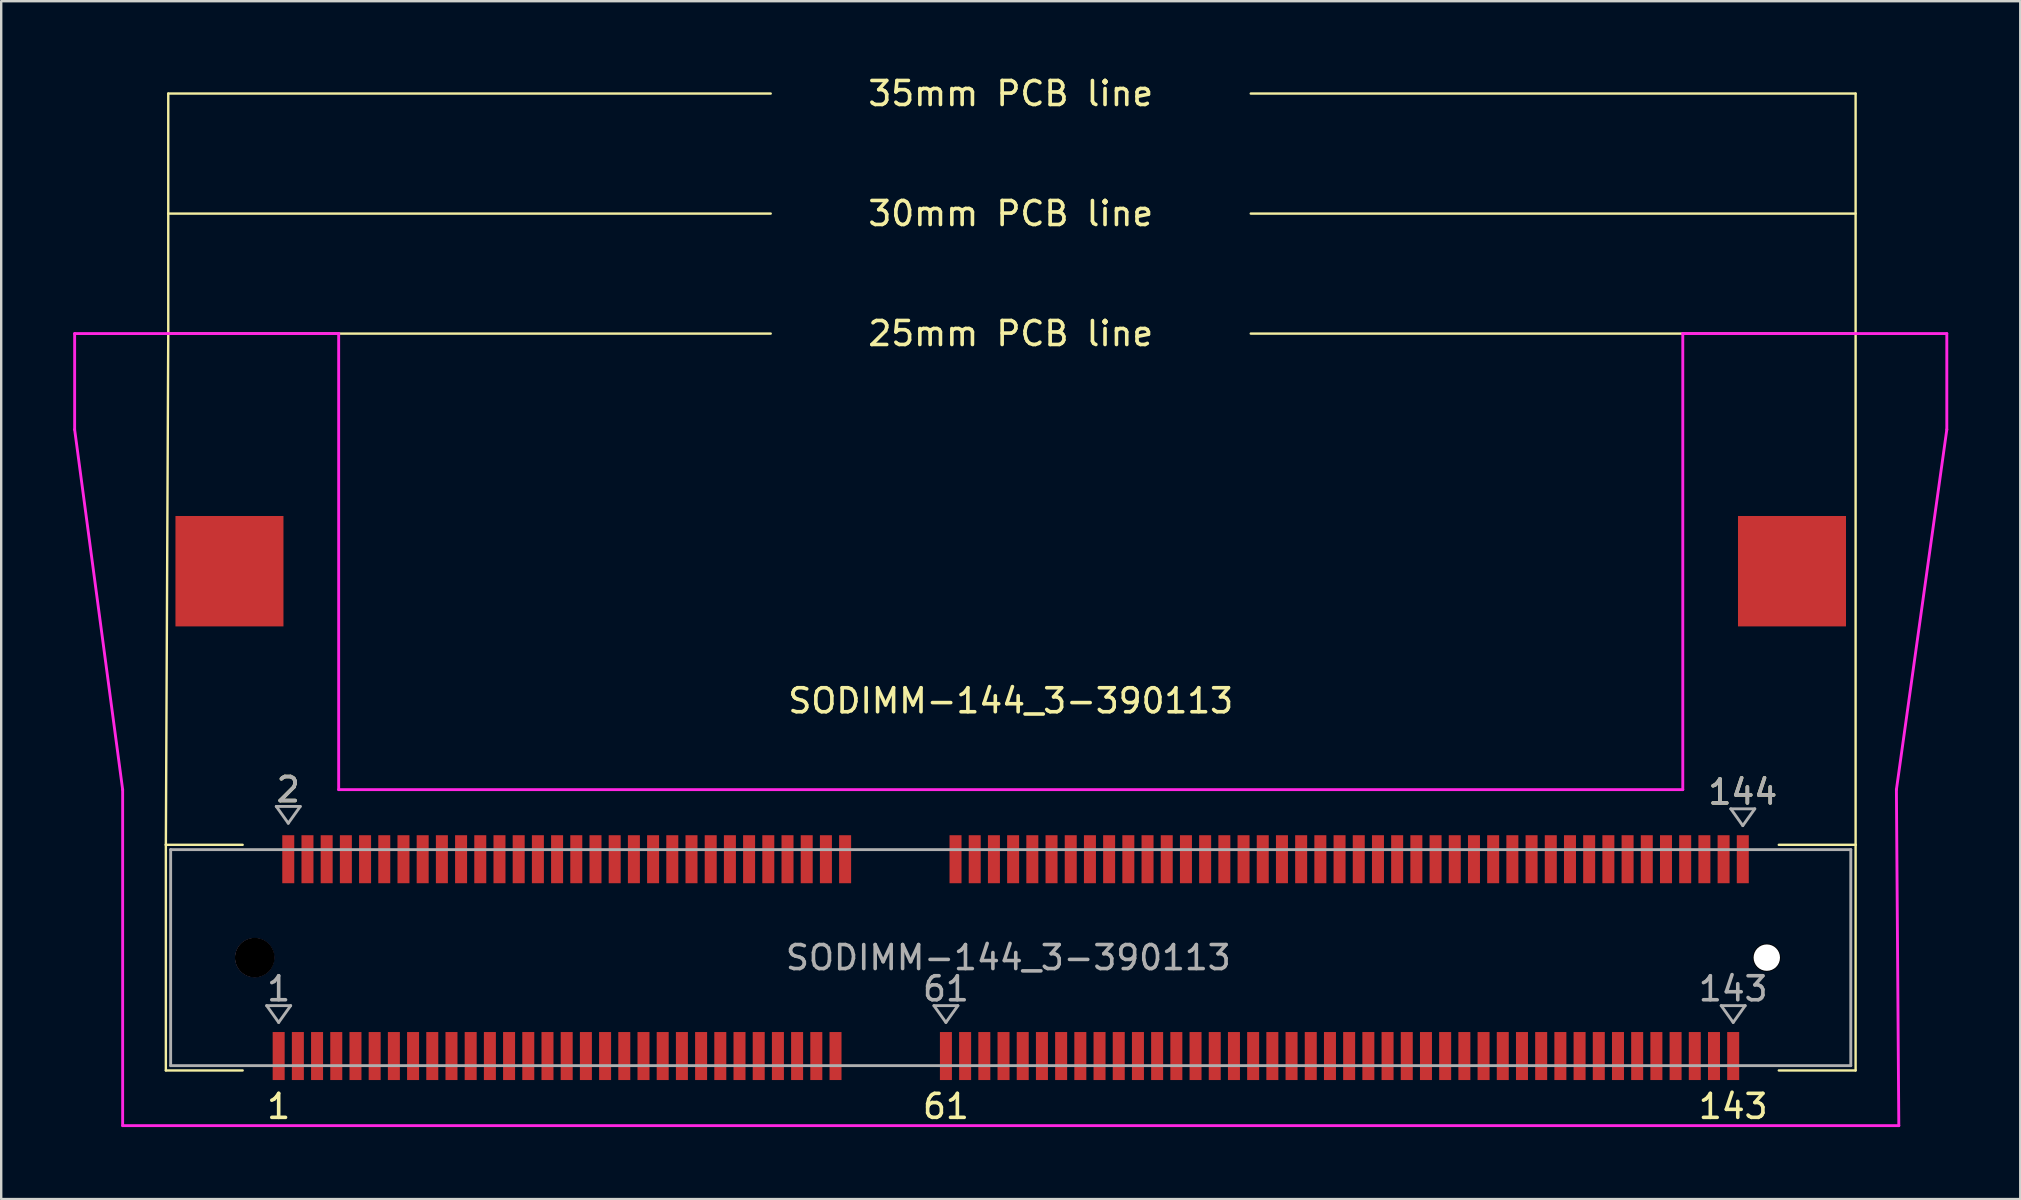
<source format=kicad_pcb>
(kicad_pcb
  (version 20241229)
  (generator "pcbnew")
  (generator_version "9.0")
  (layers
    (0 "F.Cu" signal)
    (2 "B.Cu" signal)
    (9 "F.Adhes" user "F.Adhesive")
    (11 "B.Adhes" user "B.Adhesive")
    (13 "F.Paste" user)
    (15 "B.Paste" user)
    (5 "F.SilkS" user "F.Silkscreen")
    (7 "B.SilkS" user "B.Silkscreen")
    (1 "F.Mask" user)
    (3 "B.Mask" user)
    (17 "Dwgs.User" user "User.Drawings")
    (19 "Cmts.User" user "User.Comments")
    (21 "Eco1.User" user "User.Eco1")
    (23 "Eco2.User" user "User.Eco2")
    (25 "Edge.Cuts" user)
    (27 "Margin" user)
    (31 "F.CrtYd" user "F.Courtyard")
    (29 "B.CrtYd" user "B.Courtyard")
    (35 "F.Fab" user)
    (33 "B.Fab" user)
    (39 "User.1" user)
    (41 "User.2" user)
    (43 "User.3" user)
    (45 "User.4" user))
  (footprint "SODIMM-144_3-390113"
    (layer "F.Cu")
    (at 39.06 36.848)
    (property "Reference" "SODIMM-144_3-390113" (at 0 -10.7 0) (layer "F.SilkS") (effects (font (size 1 1) (thickness 0.15))))
    (attr through_hole)
    (fp_line (start -35.2 -4.7) (end -35.1 -26) (stroke (width 0.1) (type solid)) (layer "F.SilkS"))
    (fp_line (start -35.2 -4.7) (end -32 -4.7) (stroke (width 0.1) (type solid)) (layer "F.SilkS"))
    (fp_line (start -35.2 4.7) (end -35.2 -4.7) (stroke (width 0.1) (type solid)) (layer "F.SilkS"))
    (fp_line (start -35.1 -36) (end -10 -36) (stroke (width 0.1) (type solid)) (layer "F.SilkS"))
    (fp_line (start -35.1 -31) (end -10 -31) (stroke (width 0.1) (type solid)) (layer "F.SilkS"))
    (fp_line (start -35.1 -26) (end -35.1 -36) (stroke (width 0.1) (type solid)) (layer "F.SilkS"))
    (fp_line (start -35.1 -26) (end -10 -26) (stroke (width 0.1) (type solid)) (layer "F.SilkS"))
    (fp_line (start -32 4.7) (end -35.2 4.7) (stroke (width 0.1) (type solid)) (layer "F.SilkS"))
    (fp_line (start 32 -4.7) (end 35.2 -4.7) (stroke (width 0.1) (type solid)) (layer "F.SilkS"))
    (fp_line (start 35.2 -36) (end 10 -36) (stroke (width 0.1) (type solid)) (layer "F.SilkS"))
    (fp_line (start 35.2 -31) (end 10 -31) (stroke (width 0.1) (type solid)) (layer "F.SilkS"))
    (fp_line (start 35.2 -26) (end 10 -26) (stroke (width 0.1) (type solid)) (layer "F.SilkS"))
    (fp_line (start 35.2 -26) (end 35.2 -36) (stroke (width 0.1) (type solid)) (layer "F.SilkS"))
    (fp_line (start 35.2 -4.7) (end 35.2 -26) (stroke (width 0.1) (type solid)) (layer "F.SilkS"))
    (fp_line (start 35.2 -4.7) (end 35.2 4.7) (stroke (width 0.1) (type solid)) (layer "F.SilkS"))
    (fp_line (start 35.2 4.7) (end 32 4.7) (stroke (width 0.1) (type solid)) (layer "F.SilkS"))
    (fp_line (start -39 -26) (end -39 -22) (stroke (width 0.12) (type solid)) (layer "F.CrtYd"))
    (fp_line (start -39 -26) (end -28 -26) (stroke (width 0.12) (type solid)) (layer "F.CrtYd"))
    (fp_line (start -39 -22) (end -37 -7) (stroke (width 0.12) (type solid)) (layer "F.CrtYd"))
    (fp_line (start -37 7) (end -37 -7) (stroke (width 0.12) (type solid)) (layer "F.CrtYd"))
    (fp_line (start -37 7) (end 37 7) (stroke (width 0.12) (type solid)) (layer "F.CrtYd"))
    (fp_line (start -28 -7) (end -28 -26) (stroke (width 0.12) (type solid)) (layer "F.CrtYd"))
    (fp_line (start 28 -26) (end 28 -7) (stroke (width 0.12) (type solid)) (layer "F.CrtYd"))
    (fp_line (start 28 -7) (end -28 -7) (stroke (width 0.12) (type solid)) (layer "F.CrtYd"))
    (fp_line (start 36.9 -7) (end 39 -22) (stroke (width 0.12) (type solid)) (layer "F.CrtYd"))
    (fp_line (start 37 7) (end 36.9 -7) (stroke (width 0.12) (type solid)) (layer "F.CrtYd"))
    (fp_line (start 39 -26) (end 28 -26) (stroke (width 0.12) (type solid)) (layer "F.CrtYd"))
    (fp_line (start 39 -22) (end 39 -26) (stroke (width 0.12) (type solid)) (layer "F.CrtYd"))
    (fp_line (start -35 -4.5) (end 35 -4.5) (stroke (width 0.12) (type solid)) (layer "F.Fab"))
    (fp_line (start -35 4.5) (end -35 -4.5) (stroke (width 0.12) (type solid)) (layer "F.Fab"))
    (fp_line (start -31 2) (end -30.5 2.7) (stroke (width 0.12) (type solid)) (layer "F.Fab"))
    (fp_line (start -31 2) (end -30 2) (stroke (width 0.12) (type solid)) (layer "F.Fab"))
    (fp_line (start -30.6 -6.3) (end -30.1 -5.6) (stroke (width 0.12) (type solid)) (layer "F.Fab"))
    (fp_line (start -30.6 -6.3) (end -29.6 -6.3) (stroke (width 0.12) (type solid)) (layer "F.Fab"))
    (fp_line (start -30 2) (end -30.5 2.7) (stroke (width 0.12) (type solid)) (layer "F.Fab"))
    (fp_line (start -29.6 -6.3) (end -30.1 -5.6) (stroke (width 0.12) (type solid)) (layer "F.Fab"))
    (fp_line (start -3.2 2) (end -2.7 2.7) (stroke (width 0.12) (type solid)) (layer "F.Fab"))
    (fp_line (start -3.2 2) (end -2.2 2) (stroke (width 0.12) (type solid)) (layer "F.Fab"))
    (fp_line (start -2.2 2) (end -2.7 2.7) (stroke (width 0.12) (type solid)) (layer "F.Fab"))
    (fp_line (start 29.6 2) (end 30.1 2.7) (stroke (width 0.12) (type solid)) (layer "F.Fab"))
    (fp_line (start 29.6 2) (end 30.6 2) (stroke (width 0.12) (type solid)) (layer "F.Fab"))
    (fp_line (start 30 -6.2) (end 30.5 -5.5) (stroke (width 0.12) (type solid)) (layer "F.Fab"))
    (fp_line (start 30 -6.2) (end 31 -6.2) (stroke (width 0.12) (type solid)) (layer "F.Fab"))
    (fp_line (start 30.6 2) (end 30.1 2.7) (stroke (width 0.12) (type solid)) (layer "F.Fab"))
    (fp_line (start 31 -6.2) (end 30.5 -5.5) (stroke (width 0.12) (type solid)) (layer "F.Fab"))
    (fp_line (start 35 -4.5) (end 35 4.5) (stroke (width 0.12) (type solid)) (layer "F.Fab"))
    (fp_line (start 35 4.5) (end -35 4.5) (stroke (width 0.12) (type solid)) (layer "F.Fab"))
    (fp_text user "25mm PCB line" (at 0 -26 0) (layer "F.SilkS") (effects (font (size 1 1) (thickness 0.15))))
    (fp_text user "35mm PCB line" (at 0 -36 0) (layer "F.SilkS") (effects (font (size 1 1) (thickness 0.15))))
    (fp_text user "2" (at -30.1 -7 0) (layer "F.SilkS") (effects (font (size 1 1) (thickness 0.15))))
    (fp_text user "1" (at -30.5 6.2 0) (layer "F.SilkS") (effects (font (size 1 1) (thickness 0.15))))
    (fp_text user "143" (at 30.1 6.2 0) (layer "F.SilkS") (effects (font (size 1 1) (thickness 0.15))))
    (fp_text user "61" (at -2.7 6.2 0) (layer "F.SilkS") (effects (font (size 1 1) (thickness 0.15))))
    (fp_text user "30mm PCB line" (at 0 -31 0) (layer "F.SilkS") (effects (font (size 1 1) (thickness 0.15))))
    (fp_text user "144" (at 30.5 -6.9 0) (layer "F.SilkS") (effects (font (size 1 1) (thickness 0.15))))
    (fp_text user "143" (at 30.1 1.3 0) (layer "F.Fab") (effects (font (size 1 1) (thickness 0.15))))
    (fp_text user "144" (at 30.5 -6.9 0) (layer "F.Fab") (effects (font (size 1 1) (thickness 0.15))))
    (fp_text user "2" (at -30.1 -7 0) (layer "F.Fab") (effects (font (size 1 1) (thickness 0.15))))
    (fp_text user "1" (at -30.5 1.3 0) (layer "F.Fab") (effects (font (size 1 1) (thickness 0.15))))
    (fp_text user "61" (at -2.7 1.3 0) (layer "F.Fab") (effects (font (size 1 1) (thickness 0.15))))
    (fp_text user "${REFERENCE}" (at -0.1 0 0) (layer "F.Fab") (effects (font (size 1 1) (thickness 0.15))))
    (pad "" smd rect (at -32.55 -16.1) (size 4.5 4.6) (layers "F.Cu" "F.Mask" "F.Paste"))
    (pad "" np_thru_hole circle (at -31.5 0) (size 1.626 1.626) (drill 1.6) (layers "*.Cu" "*.Mask"))
    (pad "" np_thru_hole circle (at -31.496 0) (size 2.159 2.159) (drill 1.651) (layers))
    (pad "" np_thru_hole circle (at 31.496 0) (size 1.676 1.676) (drill 1.168) (layers))
    (pad "" np_thru_hole circle (at 31.5 0) (size 1.1 1.1) (drill 1.1) (layers "*.Cu" "*.Mask"))
    (pad "" smd rect (at 32.55 -16.1) (size 4.5 4.6) (layers "F.Cu" "F.Mask" "F.Paste"))
    (pad "1" smd rect (at -30.5 4.1) (size 0.5 2) (layers "F.Cu" "F.Mask" "F.Paste"))
    (pad "2" smd rect (at -30.1 -4.1) (size 0.5 2) (layers "F.Cu" "F.Mask" "F.Paste"))
    (pad "3" smd rect (at -29.7 4.1) (size 0.5 2) (layers "F.Cu" "F.Mask" "F.Paste"))
    (pad "4" smd rect (at -29.3 -4.1) (size 0.5 2) (layers "F.Cu" "F.Mask" "F.Paste"))
    (pad "5" smd rect (at -28.9 4.1) (size 0.5 2) (layers "F.Cu" "F.Mask" "F.Paste"))
    (pad "6" smd rect (at -28.5 -4.1) (size 0.5 2) (layers "F.Cu" "F.Mask" "F.Paste"))
    (pad "7" smd rect (at -28.1 4.1) (size 0.5 2) (layers "F.Cu" "F.Mask" "F.Paste"))
    (pad "8" smd rect (at -27.7 -4.1) (size 0.5 2) (layers "F.Cu" "F.Mask" "F.Paste"))
    (pad "9" smd rect (at -27.3 4.1) (size 0.5 2) (layers "F.Cu" "F.Mask" "F.Paste"))
    (pad "10" smd rect (at -26.9 -4.1) (size 0.5 2) (layers "F.Cu" "F.Mask" "F.Paste"))
    (pad "11" smd rect (at -26.5 4.1) (size 0.5 2) (layers "F.Cu" "F.Mask" "F.Paste"))
    (pad "12" smd rect (at -26.1 -4.1) (size 0.5 2) (layers "F.Cu" "F.Mask" "F.Paste"))
    (pad "13" smd rect (at -25.7 4.1) (size 0.5 2) (layers "F.Cu" "F.Mask" "F.Paste"))
    (pad "14" smd rect (at -25.3 -4.1) (size 0.5 2) (layers "F.Cu" "F.Mask" "F.Paste"))
    (pad "15" smd rect (at -24.9 4.1) (size 0.5 2) (layers "F.Cu" "F.Mask" "F.Paste"))
    (pad "16" smd rect (at -24.5 -4.1) (size 0.5 2) (layers "F.Cu" "F.Mask" "F.Paste"))
    (pad "17" smd rect (at -24.1 4.1) (size 0.5 2) (layers "F.Cu" "F.Mask" "F.Paste"))
    (pad "18" smd rect (at -23.7 -4.1) (size 0.5 2) (layers "F.Cu" "F.Mask" "F.Paste"))
    (pad "19" smd rect (at -23.3 4.1) (size 0.5 2) (layers "F.Cu" "F.Mask" "F.Paste"))
    (pad "20" smd rect (at -22.9 -4.1) (size 0.5 2) (layers "F.Cu" "F.Mask" "F.Paste"))
    (pad "21" smd rect (at -22.5 4.1) (size 0.5 2) (layers "F.Cu" "F.Mask" "F.Paste"))
    (pad "22" smd rect (at -22.1 -4.1) (size 0.5 2) (layers "F.Cu" "F.Mask" "F.Paste"))
    (pad "23" smd rect (at -21.7 4.1) (size 0.5 2) (layers "F.Cu" "F.Mask" "F.Paste"))
    (pad "24" smd rect (at -21.3 -4.1) (size 0.5 2) (layers "F.Cu" "F.Mask" "F.Paste"))
    (pad "25" smd rect (at -20.9 4.1) (size 0.5 2) (layers "F.Cu" "F.Mask" "F.Paste"))
    (pad "26" smd rect (at -20.5 -4.1) (size 0.5 2) (layers "F.Cu" "F.Mask" "F.Paste"))
    (pad "27" smd rect (at -20.1 4.1) (size 0.5 2) (layers "F.Cu" "F.Mask" "F.Paste"))
    (pad "28" smd rect (at -19.7 -4.1) (size 0.5 2) (layers "F.Cu" "F.Mask" "F.Paste"))
    (pad "29" smd rect (at -19.3 4.1) (size 0.5 2) (layers "F.Cu" "F.Mask" "F.Paste"))
    (pad "30" smd rect (at -18.9 -4.1) (size 0.5 2) (layers "F.Cu" "F.Mask" "F.Paste"))
    (pad "31" smd rect (at -18.5 4.1) (size 0.5 2) (layers "F.Cu" "F.Mask" "F.Paste"))
    (pad "32" smd rect (at -18.1 -4.1) (size 0.5 2) (layers "F.Cu" "F.Mask" "F.Paste"))
    (pad "33" smd rect (at -17.7 4.1) (size 0.5 2) (layers "F.Cu" "F.Mask" "F.Paste"))
    (pad "34" smd rect (at -17.3 -4.1) (size 0.5 2) (layers "F.Cu" "F.Mask" "F.Paste"))
    (pad "35" smd rect (at -16.9 4.1) (size 0.5 2) (layers "F.Cu" "F.Mask" "F.Paste"))
    (pad "36" smd rect (at -16.5 -4.1) (size 0.5 2) (layers "F.Cu" "F.Mask" "F.Paste"))
    (pad "37" smd rect (at -16.1 4.1) (size 0.5 2) (layers "F.Cu" "F.Mask" "F.Paste"))
    (pad "38" smd rect (at -15.7 -4.1) (size 0.5 2) (layers "F.Cu" "F.Mask" "F.Paste"))
    (pad "39" smd rect (at -15.3 4.1) (size 0.5 2) (layers "F.Cu" "F.Mask" "F.Paste"))
    (pad "40" smd rect (at -14.9 -4.1) (size 0.5 2) (layers "F.Cu" "F.Mask" "F.Paste"))
    (pad "41" smd rect (at -14.5 4.1) (size 0.5 2) (layers "F.Cu" "F.Mask" "F.Paste"))
    (pad "42" smd rect (at -14.1 -4.1) (size 0.5 2) (layers "F.Cu" "F.Mask" "F.Paste"))
    (pad "43" smd rect (at -13.7 4.1) (size 0.5 2) (layers "F.Cu" "F.Mask" "F.Paste"))
    (pad "44" smd rect (at -13.3 -4.1) (size 0.5 2) (layers "F.Cu" "F.Mask" "F.Paste"))
    (pad "45" smd rect (at -12.9 4.1) (size 0.5 2) (layers "F.Cu" "F.Mask" "F.Paste"))
    (pad "46" smd rect (at -12.5 -4.1) (size 0.5 2) (layers "F.Cu" "F.Mask" "F.Paste"))
    (pad "47" smd rect (at -12.1 4.1) (size 0.5 2) (layers "F.Cu" "F.Mask" "F.Paste"))
    (pad "48" smd rect (at -11.7 -4.1) (size 0.5 2) (layers "F.Cu" "F.Mask" "F.Paste"))
    (pad "49" smd rect (at -11.3 4.1) (size 0.5 2) (layers "F.Cu" "F.Mask" "F.Paste"))
    (pad "50" smd rect (at -10.9 -4.1) (size 0.5 2) (layers "F.Cu" "F.Mask" "F.Paste"))
    (pad "51" smd rect (at -10.5 4.1) (size 0.5 2) (layers "F.Cu" "F.Mask" "F.Paste"))
    (pad "52" smd rect (at -10.1 -4.1) (size 0.5 2) (layers "F.Cu" "F.Mask" "F.Paste"))
    (pad "53" smd rect (at -9.7 4.1) (size 0.5 2) (layers "F.Cu" "F.Mask" "F.Paste"))
    (pad "54" smd rect (at -9.3 -4.1) (size 0.5 2) (layers "F.Cu" "F.Mask" "F.Paste"))
    (pad "55" smd rect (at -8.9 4.1) (size 0.5 2) (layers "F.Cu" "F.Mask" "F.Paste"))
    (pad "56" smd rect (at -8.5 -4.1) (size 0.5 2) (layers "F.Cu" "F.Mask" "F.Paste"))
    (pad "57" smd rect (at -8.1 4.1) (size 0.5 2) (layers "F.Cu" "F.Mask" "F.Paste"))
    (pad "58" smd rect (at -7.7 -4.1) (size 0.5 2) (layers "F.Cu" "F.Mask" "F.Paste"))
    (pad "59" smd rect (at -7.3 4.1) (size 0.5 2) (layers "F.Cu" "F.Mask" "F.Paste"))
    (pad "60" smd rect (at -6.9 -4.1) (size 0.5 2) (layers "F.Cu" "F.Mask" "F.Paste"))
    (pad "61" smd rect (at -2.7 4.1) (size 0.5 2) (layers "F.Cu" "F.Mask" "F.Paste"))
    (pad "62" smd rect (at -2.3 -4.1) (size 0.5 2) (layers "F.Cu" "F.Mask" "F.Paste"))
    (pad "63" smd rect (at -1.9 4.1) (size 0.5 2) (layers "F.Cu" "F.Mask" "F.Paste"))
    (pad "64" smd rect (at -1.5 -4.1) (size 0.5 2) (layers "F.Cu" "F.Mask" "F.Paste"))
    (pad "65" smd rect (at -1.1 4.1) (size 0.5 2) (layers "F.Cu" "F.Mask" "F.Paste"))
    (pad "66" smd rect (at -0.7 -4.1) (size 0.5 2) (layers "F.Cu" "F.Mask" "F.Paste"))
    (pad "67" smd rect (at -0.3 4.1) (size 0.5 2) (layers "F.Cu" "F.Mask" "F.Paste"))
    (pad "68" smd rect (at 0.1 -4.1) (size 0.5 2) (layers "F.Cu" "F.Mask" "F.Paste"))
    (pad "69" smd rect (at 0.5 4.1) (size 0.5 2) (layers "F.Cu" "F.Mask" "F.Paste"))
    (pad "70" smd rect (at 0.9 -4.1) (size 0.5 2) (layers "F.Cu" "F.Mask" "F.Paste"))
    (pad "71" smd rect (at 1.3 4.1) (size 0.5 2) (layers "F.Cu" "F.Mask" "F.Paste"))
    (pad "72" smd rect (at 1.7 -4.1) (size 0.5 2) (layers "F.Cu" "F.Mask" "F.Paste"))
    (pad "73" smd rect (at 2.1 4.1) (size 0.5 2) (layers "F.Cu" "F.Mask" "F.Paste"))
    (pad "74" smd rect (at 2.5 -4.1) (size 0.5 2) (layers "F.Cu" "F.Mask" "F.Paste"))
    (pad "75" smd rect (at 2.9 4.1) (size 0.5 2) (layers "F.Cu" "F.Mask" "F.Paste"))
    (pad "76" smd rect (at 3.3 -4.1) (size 0.5 2) (layers "F.Cu" "F.Mask" "F.Paste"))
    (pad "77" smd rect (at 3.7 4.1) (size 0.5 2) (layers "F.Cu" "F.Mask" "F.Paste"))
    (pad "78" smd rect (at 4.1 -4.1) (size 0.5 2) (layers "F.Cu" "F.Mask" "F.Paste"))
    (pad "79" smd rect (at 4.5 4.1) (size 0.5 2) (layers "F.Cu" "F.Mask" "F.Paste"))
    (pad "80" smd rect (at 4.9 -4.1) (size 0.5 2) (layers "F.Cu" "F.Mask" "F.Paste"))
    (pad "81" smd rect (at 5.3 4.1) (size 0.5 2) (layers "F.Cu" "F.Mask" "F.Paste"))
    (pad "82" smd rect (at 5.7 -4.1) (size 0.5 2) (layers "F.Cu" "F.Mask" "F.Paste"))
    (pad "83" smd rect (at 6.1 4.1) (size 0.5 2) (layers "F.Cu" "F.Mask" "F.Paste"))
    (pad "84" smd rect (at 6.5 -4.1) (size 0.5 2) (layers "F.Cu" "F.Mask" "F.Paste"))
    (pad "85" smd rect (at 6.9 4.1) (size 0.5 2) (layers "F.Cu" "F.Mask" "F.Paste"))
    (pad "86" smd rect (at 7.3 -4.1) (size 0.5 2) (layers "F.Cu" "F.Mask" "F.Paste"))
    (pad "87" smd rect (at 7.7 4.1) (size 0.5 2) (layers "F.Cu" "F.Mask" "F.Paste"))
    (pad "88" smd rect (at 8.1 -4.1) (size 0.5 2) (layers "F.Cu" "F.Mask" "F.Paste"))
    (pad "89" smd rect (at 8.5 4.1) (size 0.5 2) (layers "F.Cu" "F.Mask" "F.Paste"))
    (pad "90" smd rect (at 8.9 -4.1) (size 0.5 2) (layers "F.Cu" "F.Mask" "F.Paste"))
    (pad "91" smd rect (at 9.3 4.1) (size 0.5 2) (layers "F.Cu" "F.Mask" "F.Paste"))
    (pad "92" smd rect (at 9.7 -4.1) (size 0.5 2) (layers "F.Cu" "F.Mask" "F.Paste"))
    (pad "93" smd rect (at 10.1 4.1) (size 0.5 2) (layers "F.Cu" "F.Mask" "F.Paste"))
    (pad "94" smd rect (at 10.5 -4.1) (size 0.5 2) (layers "F.Cu" "F.Mask" "F.Paste"))
    (pad "95" smd rect (at 10.9 4.1) (size 0.5 2) (layers "F.Cu" "F.Mask" "F.Paste"))
    (pad "96" smd rect (at 11.3 -4.1) (size 0.5 2) (layers "F.Cu" "F.Mask" "F.Paste"))
    (pad "97" smd rect (at 11.7 4.1) (size 0.5 2) (layers "F.Cu" "F.Mask" "F.Paste"))
    (pad "98" smd rect (at 12.1 -4.1) (size 0.5 2) (layers "F.Cu" "F.Mask" "F.Paste"))
    (pad "99" smd rect (at 12.5 4.1) (size 0.5 2) (layers "F.Cu" "F.Mask" "F.Paste"))
    (pad "100" smd rect (at 12.9 -4.1) (size 0.5 2) (layers "F.Cu" "F.Mask" "F.Paste"))
    (pad "101" smd rect (at 13.3 4.1) (size 0.5 2) (layers "F.Cu" "F.Mask" "F.Paste"))
    (pad "102" smd rect (at 13.7 -4.1) (size 0.5 2) (layers "F.Cu" "F.Mask" "F.Paste"))
    (pad "103" smd rect (at 14.1 4.1) (size 0.5 2) (layers "F.Cu" "F.Mask" "F.Paste"))
    (pad "104" smd rect (at 14.5 -4.1) (size 0.5 2) (layers "F.Cu" "F.Mask" "F.Paste"))
    (pad "105" smd rect (at 14.9 4.1) (size 0.5 2) (layers "F.Cu" "F.Mask" "F.Paste"))
    (pad "106" smd rect (at 15.3 -4.1) (size 0.5 2) (layers "F.Cu" "F.Mask" "F.Paste"))
    (pad "107" smd rect (at 15.7 4.1) (size 0.5 2) (layers "F.Cu" "F.Mask" "F.Paste"))
    (pad "108" smd rect (at 16.1 -4.1) (size 0.5 2) (layers "F.Cu" "F.Mask" "F.Paste"))
    (pad "109" smd rect (at 16.5 4.1) (size 0.5 2) (layers "F.Cu" "F.Mask" "F.Paste"))
    (pad "110" smd rect (at 16.9 -4.1) (size 0.5 2) (layers "F.Cu" "F.Mask" "F.Paste"))
    (pad "111" smd rect (at 17.3 4.1) (size 0.5 2) (layers "F.Cu" "F.Mask" "F.Paste"))
    (pad "112" smd rect (at 17.7 -4.1) (size 0.5 2) (layers "F.Cu" "F.Mask" "F.Paste"))
    (pad "113" smd rect (at 18.1 4.1) (size 0.5 2) (layers "F.Cu" "F.Mask" "F.Paste"))
    (pad "114" smd rect (at 18.5 -4.1) (size 0.5 2) (layers "F.Cu" "F.Mask" "F.Paste"))
    (pad "115" smd rect (at 18.9 4.1) (size 0.5 2) (layers "F.Cu" "F.Mask" "F.Paste"))
    (pad "116" smd rect (at 19.3 -4.1) (size 0.5 2) (layers "F.Cu" "F.Mask" "F.Paste"))
    (pad "117" smd rect (at 19.7 4.1) (size 0.5 2) (layers "F.Cu" "F.Mask" "F.Paste"))
    (pad "118" smd rect (at 20.1 -4.1) (size 0.5 2) (layers "F.Cu" "F.Mask" "F.Paste"))
    (pad "119" smd rect (at 20.5 4.1) (size 0.5 2) (layers "F.Cu" "F.Mask" "F.Paste"))
    (pad "120" smd rect (at 20.9 -4.1) (size 0.5 2) (layers "F.Cu" "F.Mask" "F.Paste"))
    (pad "121" smd rect (at 21.3 4.1) (size 0.5 2) (layers "F.Cu" "F.Mask" "F.Paste"))
    (pad "122" smd rect (at 21.7 -4.1) (size 0.5 2) (layers "F.Cu" "F.Mask" "F.Paste"))
    (pad "123" smd rect (at 22.1 4.1) (size 0.5 2) (layers "F.Cu" "F.Mask" "F.Paste"))
    (pad "124" smd rect (at 22.5 -4.1) (size 0.5 2) (layers "F.Cu" "F.Mask" "F.Paste"))
    (pad "125" smd rect (at 22.9 4.1) (size 0.5 2) (layers "F.Cu" "F.Mask" "F.Paste"))
    (pad "126" smd rect (at 23.3 -4.1) (size 0.5 2) (layers "F.Cu" "F.Mask" "F.Paste"))
    (pad "127" smd rect (at 23.7 4.1) (size 0.5 2) (layers "F.Cu" "F.Mask" "F.Paste"))
    (pad "128" smd rect (at 24.1 -4.1) (size 0.5 2) (layers "F.Cu" "F.Mask" "F.Paste"))
    (pad "129" smd rect (at 24.5 4.1) (size 0.5 2) (layers "F.Cu" "F.Mask" "F.Paste"))
    (pad "130" smd rect (at 24.9 -4.1) (size 0.5 2) (layers "F.Cu" "F.Mask" "F.Paste"))
    (pad "131" smd rect (at 25.3 4.1) (size 0.5 2) (layers "F.Cu" "F.Mask" "F.Paste"))
    (pad "132" smd rect (at 25.7 -4.1) (size 0.5 2) (layers "F.Cu" "F.Mask" "F.Paste"))
    (pad "133" smd rect (at 26.1 4.1) (size 0.5 2) (layers "F.Cu" "F.Mask" "F.Paste"))
    (pad "134" smd rect (at 26.5 -4.1) (size 0.5 2) (layers "F.Cu" "F.Mask" "F.Paste"))
    (pad "135" smd rect (at 26.9 4.1) (size 0.5 2) (layers "F.Cu" "F.Mask" "F.Paste"))
    (pad "136" smd rect (at 27.3 -4.1) (size 0.5 2) (layers "F.Cu" "F.Mask" "F.Paste"))
    (pad "137" smd rect (at 27.7 4.1) (size 0.5 2) (layers "F.Cu" "F.Mask" "F.Paste"))
    (pad "138" smd rect (at 28.1 -4.1) (size 0.5 2) (layers "F.Cu" "F.Mask" "F.Paste"))
    (pad "139" smd rect (at 28.5 4.1) (size 0.5 2) (layers "F.Cu" "F.Mask" "F.Paste"))
    (pad "140" smd rect (at 28.9 -4.1) (size 0.5 2) (layers "F.Cu" "F.Mask" "F.Paste"))
    (pad "141" smd rect (at 29.3 4.1) (size 0.5 2) (layers "F.Cu" "F.Mask" "F.Paste"))
    (pad "142" smd rect (at 29.7 -4.1) (size 0.5 2) (layers "F.Cu" "F.Mask" "F.Paste"))
    (pad "143" smd rect (at 30.1 4.1) (size 0.5 2) (layers "F.Cu" "F.Mask" "F.Paste"))
    (pad "144" smd rect (at 30.5 -4.1) (size 0.5 2) (layers "F.Cu" "F.Mask" "F.Paste")))
  (gr_rect
    (start -3 -3)
    (end 81.12 46.908)
    (stroke (width 0.1) (type default))
    (fill no)
    (layer "Edge.Cuts")))
</source>
